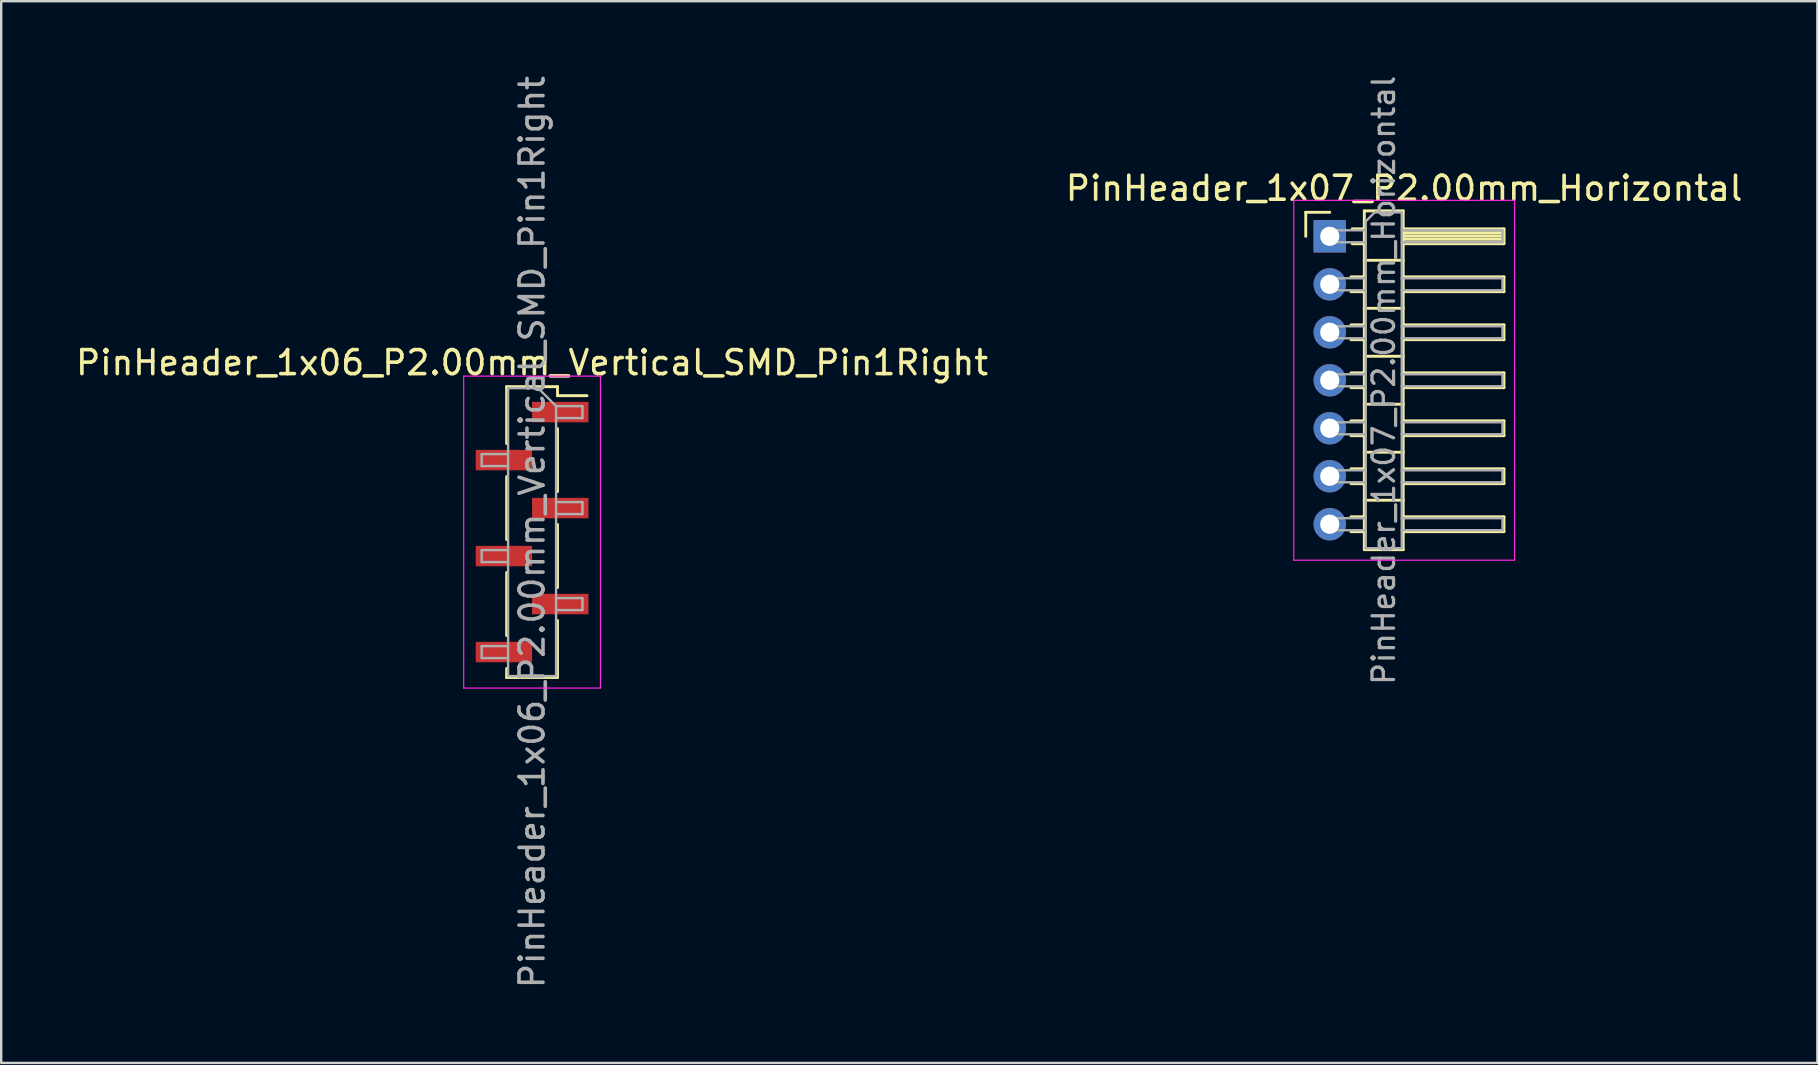
<source format=kicad_pcb>
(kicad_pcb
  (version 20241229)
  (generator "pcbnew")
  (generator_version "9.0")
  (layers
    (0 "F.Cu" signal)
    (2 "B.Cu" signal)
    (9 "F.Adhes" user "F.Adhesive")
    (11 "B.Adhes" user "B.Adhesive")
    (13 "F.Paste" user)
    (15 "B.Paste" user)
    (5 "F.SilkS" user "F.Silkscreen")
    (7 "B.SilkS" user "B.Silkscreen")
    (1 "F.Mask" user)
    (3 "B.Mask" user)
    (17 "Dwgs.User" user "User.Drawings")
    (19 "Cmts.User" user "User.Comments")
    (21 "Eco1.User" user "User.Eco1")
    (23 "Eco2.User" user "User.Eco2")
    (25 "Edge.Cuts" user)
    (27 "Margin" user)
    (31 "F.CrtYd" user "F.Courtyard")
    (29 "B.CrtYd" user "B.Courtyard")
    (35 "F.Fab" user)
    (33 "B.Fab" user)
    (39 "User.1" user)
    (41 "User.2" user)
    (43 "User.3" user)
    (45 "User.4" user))
  (footprint "PinHeader_1x06_P2.00mm_Vertical_SMD_Pin1Right"
    (layer "F.Cu")
    (at 19.125 19.125)
    (property "Reference" "PinHeader_1x06_P2.00mm_Vertical_SMD_Pin1Right" (at 0 -7.06 0) (layer "F.SilkS") (effects (font (size 1 1) (thickness 0.15))))
    (attr smd)
    (fp_line (start -1.06 -6.06) (end -1.06 -3.685) (stroke (width 0.12) (type solid)) (layer "F.SilkS"))
    (fp_line (start -1.06 -6.06) (end 1.06 -6.06) (stroke (width 0.12) (type solid)) (layer "F.SilkS"))
    (fp_line (start -1.06 -2.315) (end -1.06 0.315) (stroke (width 0.12) (type solid)) (layer "F.SilkS"))
    (fp_line (start -1.06 1.685) (end -1.06 4.315) (stroke (width 0.12) (type solid)) (layer "F.SilkS"))
    (fp_line (start -1.06 5.685) (end -1.06 6.06) (stroke (width 0.12) (type solid)) (layer "F.SilkS"))
    (fp_line (start -1.06 6.06) (end 1.06 6.06) (stroke (width 0.12) (type solid)) (layer "F.SilkS"))
    (fp_line (start 1.06 -6.06) (end 1.06 -5.685) (stroke (width 0.12) (type solid)) (layer "F.SilkS"))
    (fp_line (start 1.06 -5.685) (end 2.29 -5.685) (stroke (width 0.12) (type solid)) (layer "F.SilkS"))
    (fp_line (start 1.06 -4.315) (end 1.06 -1.685) (stroke (width 0.12) (type solid)) (layer "F.SilkS"))
    (fp_line (start 1.06 -0.315) (end 1.06 2.315) (stroke (width 0.12) (type solid)) (layer "F.SilkS"))
    (fp_line (start 1.06 3.685) (end 1.06 6.06) (stroke (width 0.12) (type solid)) (layer "F.SilkS"))
    (fp_line (start -2.85 -6.5) (end -2.85 6.5) (stroke (width 0.05) (type solid)) (layer "F.CrtYd"))
    (fp_line (start -2.85 6.5) (end 2.85 6.5) (stroke (width 0.05) (type solid)) (layer "F.CrtYd"))
    (fp_line (start 2.85 -6.5) (end -2.85 -6.5) (stroke (width 0.05) (type solid)) (layer "F.CrtYd"))
    (fp_line (start 2.85 6.5) (end 2.85 -6.5) (stroke (width 0.05) (type solid)) (layer "F.CrtYd"))
    (fp_line (start -2.1 -3.25) (end -2.1 -2.75) (stroke (width 0.1) (type solid)) (layer "F.Fab"))
    (fp_line (start -2.1 -2.75) (end -1 -2.75) (stroke (width 0.1) (type solid)) (layer "F.Fab"))
    (fp_line (start -2.1 0.75) (end -2.1 1.25) (stroke (width 0.1) (type solid)) (layer "F.Fab"))
    (fp_line (start -2.1 1.25) (end -1 1.25) (stroke (width 0.1) (type solid)) (layer "F.Fab"))
    (fp_line (start -2.1 4.75) (end -2.1 5.25) (stroke (width 0.1) (type solid)) (layer "F.Fab"))
    (fp_line (start -2.1 5.25) (end -1 5.25) (stroke (width 0.1) (type solid)) (layer "F.Fab"))
    (fp_line (start -1 -6) (end -1 6) (stroke (width 0.1) (type solid)) (layer "F.Fab"))
    (fp_line (start -1 -6) (end 0.25 -6) (stroke (width 0.1) (type solid)) (layer "F.Fab"))
    (fp_line (start -1 -3.25) (end -2.1 -3.25) (stroke (width 0.1) (type solid)) (layer "F.Fab"))
    (fp_line (start -1 0.75) (end -2.1 0.75) (stroke (width 0.1) (type solid)) (layer "F.Fab"))
    (fp_line (start -1 4.75) (end -2.1 4.75) (stroke (width 0.1) (type solid)) (layer "F.Fab"))
    (fp_line (start 1 -5.25) (end 0.25 -6) (stroke (width 0.1) (type solid)) (layer "F.Fab"))
    (fp_line (start 1 -5.25) (end 2.1 -5.25) (stroke (width 0.1) (type solid)) (layer "F.Fab"))
    (fp_line (start 1 -1.25) (end 2.1 -1.25) (stroke (width 0.1) (type solid)) (layer "F.Fab"))
    (fp_line (start 1 2.75) (end 2.1 2.75) (stroke (width 0.1) (type solid)) (layer "F.Fab"))
    (fp_line (start 1 6) (end -1 6) (stroke (width 0.1) (type solid)) (layer "F.Fab"))
    (fp_line (start 1 6) (end 1 -5.25) (stroke (width 0.1) (type solid)) (layer "F.Fab"))
    (fp_line (start 2.1 -5.25) (end 2.1 -4.75) (stroke (width 0.1) (type solid)) (layer "F.Fab"))
    (fp_line (start 2.1 -4.75) (end 1 -4.75) (stroke (width 0.1) (type solid)) (layer "F.Fab"))
    (fp_line (start 2.1 -1.25) (end 2.1 -0.75) (stroke (width 0.1) (type solid)) (layer "F.Fab"))
    (fp_line (start 2.1 -0.75) (end 1 -0.75) (stroke (width 0.1) (type solid)) (layer "F.Fab"))
    (fp_line (start 2.1 2.75) (end 2.1 3.25) (stroke (width 0.1) (type solid)) (layer "F.Fab"))
    (fp_line (start 2.1 3.25) (end 1 3.25) (stroke (width 0.1) (type solid)) (layer "F.Fab"))
    (fp_text user "${REFERENCE}" (at 0 0 90) (layer "F.Fab") (effects (font (size 1 1) (thickness 0.15))))
    (pad "1" smd rect (at 1.175 -5) (size 2.35 0.85) (layers "F.Cu" "F.Mask" "F.Paste"))
    (pad "2" smd rect (at -1.175 -3) (size 2.35 0.85) (layers "F.Cu" "F.Mask" "F.Paste"))
    (pad "3" smd rect (at 1.175 -1) (size 2.35 0.85) (layers "F.Cu" "F.Mask" "F.Paste"))
    (pad "4" smd rect (at -1.175 1) (size 2.35 0.85) (layers "F.Cu" "F.Mask" "F.Paste"))
    (pad "5" smd rect (at 1.175 3) (size 2.35 0.85) (layers "F.Cu" "F.Mask" "F.Paste"))
    (pad "6" smd rect (at -1.175 5) (size 2.35 0.85) (layers "F.Cu" "F.Mask" "F.Paste")))
  (footprint "PinHeader_1x07_P2.00mm_Horizontal"
    (layer "F.Cu")
    (at 52.37 6.798)
    (property "Reference" "PinHeader_1x07_P2.00mm_Horizontal" (at 3.1 -2 0) (layer "F.SilkS") (effects (font (size 1 1) (thickness 0.15))))
    (attr through_hole)
    (fp_line (start -1 -1) (end 0 -1) (stroke (width 0.12) (type solid)) (layer "F.SilkS"))
    (fp_line (start -1 0) (end -1 -1) (stroke (width 0.12) (type solid)) (layer "F.SilkS"))
    (fp_line (start 0.882 1.69) (end 1.44 1.69) (stroke (width 0.12) (type solid)) (layer "F.SilkS"))
    (fp_line (start 0.882 2.31) (end 1.44 2.31) (stroke (width 0.12) (type solid)) (layer "F.SilkS"))
    (fp_line (start 0.882 3.69) (end 1.44 3.69) (stroke (width 0.12) (type solid)) (layer "F.SilkS"))
    (fp_line (start 0.882 4.31) (end 1.44 4.31) (stroke (width 0.12) (type solid)) (layer "F.SilkS"))
    (fp_line (start 0.882 5.69) (end 1.44 5.69) (stroke (width 0.12) (type solid)) (layer "F.SilkS"))
    (fp_line (start 0.882 6.31) (end 1.44 6.31) (stroke (width 0.12) (type solid)) (layer "F.SilkS"))
    (fp_line (start 0.882 7.69) (end 1.44 7.69) (stroke (width 0.12) (type solid)) (layer "F.SilkS"))
    (fp_line (start 0.882 8.31) (end 1.44 8.31) (stroke (width 0.12) (type solid)) (layer "F.SilkS"))
    (fp_line (start 0.882 9.69) (end 1.44 9.69) (stroke (width 0.12) (type solid)) (layer "F.SilkS"))
    (fp_line (start 0.882 10.31) (end 1.44 10.31) (stroke (width 0.12) (type solid)) (layer "F.SilkS"))
    (fp_line (start 0.882 11.69) (end 1.44 11.69) (stroke (width 0.12) (type solid)) (layer "F.SilkS"))
    (fp_line (start 0.882 12.31) (end 1.44 12.31) (stroke (width 0.12) (type solid)) (layer "F.SilkS"))
    (fp_line (start 0.935 -0.31) (end 1.44 -0.31) (stroke (width 0.12) (type solid)) (layer "F.SilkS"))
    (fp_line (start 0.935 0.31) (end 1.44 0.31) (stroke (width 0.12) (type solid)) (layer "F.SilkS"))
    (fp_line (start 1.44 -1.06) (end 1.44 13.06) (stroke (width 0.12) (type solid)) (layer "F.SilkS"))
    (fp_line (start 1.44 1) (end 3.06 1) (stroke (width 0.12) (type solid)) (layer "F.SilkS"))
    (fp_line (start 1.44 3) (end 3.06 3) (stroke (width 0.12) (type solid)) (layer "F.SilkS"))
    (fp_line (start 1.44 5) (end 3.06 5) (stroke (width 0.12) (type solid)) (layer "F.SilkS"))
    (fp_line (start 1.44 7) (end 3.06 7) (stroke (width 0.12) (type solid)) (layer "F.SilkS"))
    (fp_line (start 1.44 9) (end 3.06 9) (stroke (width 0.12) (type solid)) (layer "F.SilkS"))
    (fp_line (start 1.44 11) (end 3.06 11) (stroke (width 0.12) (type solid)) (layer "F.SilkS"))
    (fp_line (start 1.44 13.06) (end 3.06 13.06) (stroke (width 0.12) (type solid)) (layer "F.SilkS"))
    (fp_line (start 3.06 -1.06) (end 1.44 -1.06) (stroke (width 0.12) (type solid)) (layer "F.SilkS"))
    (fp_line (start 3.06 -0.31) (end 7.26 -0.31) (stroke (width 0.12) (type solid)) (layer "F.SilkS"))
    (fp_line (start 3.06 -0.25) (end 7.26 -0.25) (stroke (width 0.12) (type solid)) (layer "F.SilkS"))
    (fp_line (start 3.06 -0.13) (end 7.26 -0.13) (stroke (width 0.12) (type solid)) (layer "F.SilkS"))
    (fp_line (start 3.06 -0.01) (end 7.26 -0.01) (stroke (width 0.12) (type solid)) (layer "F.SilkS"))
    (fp_line (start 3.06 0.11) (end 7.26 0.11) (stroke (width 0.12) (type solid)) (layer "F.SilkS"))
    (fp_line (start 3.06 0.23) (end 7.26 0.23) (stroke (width 0.12) (type solid)) (layer "F.SilkS"))
    (fp_line (start 3.06 1.69) (end 7.26 1.69) (stroke (width 0.12) (type solid)) (layer "F.SilkS"))
    (fp_line (start 3.06 3.69) (end 7.26 3.69) (stroke (width 0.12) (type solid)) (layer "F.SilkS"))
    (fp_line (start 3.06 5.69) (end 7.26 5.69) (stroke (width 0.12) (type solid)) (layer "F.SilkS"))
    (fp_line (start 3.06 7.69) (end 7.26 7.69) (stroke (width 0.12) (type solid)) (layer "F.SilkS"))
    (fp_line (start 3.06 9.69) (end 7.26 9.69) (stroke (width 0.12) (type solid)) (layer "F.SilkS"))
    (fp_line (start 3.06 11.69) (end 7.26 11.69) (stroke (width 0.12) (type solid)) (layer "F.SilkS"))
    (fp_line (start 3.06 13.06) (end 3.06 -1.06) (stroke (width 0.12) (type solid)) (layer "F.SilkS"))
    (fp_line (start 7.26 -0.31) (end 7.26 0.31) (stroke (width 0.12) (type solid)) (layer "F.SilkS"))
    (fp_line (start 7.26 0.31) (end 3.06 0.31) (stroke (width 0.12) (type solid)) (layer "F.SilkS"))
    (fp_line (start 7.26 1.69) (end 7.26 2.31) (stroke (width 0.12) (type solid)) (layer "F.SilkS"))
    (fp_line (start 7.26 2.31) (end 3.06 2.31) (stroke (width 0.12) (type solid)) (layer "F.SilkS"))
    (fp_line (start 7.26 3.69) (end 7.26 4.31) (stroke (width 0.12) (type solid)) (layer "F.SilkS"))
    (fp_line (start 7.26 4.31) (end 3.06 4.31) (stroke (width 0.12) (type solid)) (layer "F.SilkS"))
    (fp_line (start 7.26 5.69) (end 7.26 6.31) (stroke (width 0.12) (type solid)) (layer "F.SilkS"))
    (fp_line (start 7.26 6.31) (end 3.06 6.31) (stroke (width 0.12) (type solid)) (layer "F.SilkS"))
    (fp_line (start 7.26 7.69) (end 7.26 8.31) (stroke (width 0.12) (type solid)) (layer "F.SilkS"))
    (fp_line (start 7.26 8.31) (end 3.06 8.31) (stroke (width 0.12) (type solid)) (layer "F.SilkS"))
    (fp_line (start 7.26 9.69) (end 7.26 10.31) (stroke (width 0.12) (type solid)) (layer "F.SilkS"))
    (fp_line (start 7.26 10.31) (end 3.06 10.31) (stroke (width 0.12) (type solid)) (layer "F.SilkS"))
    (fp_line (start 7.26 11.69) (end 7.26 12.31) (stroke (width 0.12) (type solid)) (layer "F.SilkS"))
    (fp_line (start 7.26 12.31) (end 3.06 12.31) (stroke (width 0.12) (type solid)) (layer "F.SilkS"))
    (fp_line (start -1.5 -1.5) (end -1.5 13.5) (stroke (width 0.05) (type solid)) (layer "F.CrtYd"))
    (fp_line (start -1.5 13.5) (end 7.7 13.5) (stroke (width 0.05) (type solid)) (layer "F.CrtYd"))
    (fp_line (start 7.7 -1.5) (end -1.5 -1.5) (stroke (width 0.05) (type solid)) (layer "F.CrtYd"))
    (fp_line (start 7.7 13.5) (end 7.7 -1.5) (stroke (width 0.05) (type solid)) (layer "F.CrtYd"))
    (fp_line (start -0.25 -0.25) (end -0.25 0.25) (stroke (width 0.1) (type solid)) (layer "F.Fab"))
    (fp_line (start -0.25 -0.25) (end 1.5 -0.25) (stroke (width 0.1) (type solid)) (layer "F.Fab"))
    (fp_line (start -0.25 0.25) (end 1.5 0.25) (stroke (width 0.1) (type solid)) (layer "F.Fab"))
    (fp_line (start -0.25 1.75) (end -0.25 2.25) (stroke (width 0.1) (type solid)) (layer "F.Fab"))
    (fp_line (start -0.25 1.75) (end 1.5 1.75) (stroke (width 0.1) (type solid)) (layer "F.Fab"))
    (fp_line (start -0.25 2.25) (end 1.5 2.25) (stroke (width 0.1) (type solid)) (layer "F.Fab"))
    (fp_line (start -0.25 3.75) (end -0.25 4.25) (stroke (width 0.1) (type solid)) (layer "F.Fab"))
    (fp_line (start -0.25 3.75) (end 1.5 3.75) (stroke (width 0.1) (type solid)) (layer "F.Fab"))
    (fp_line (start -0.25 4.25) (end 1.5 4.25) (stroke (width 0.1) (type solid)) (layer "F.Fab"))
    (fp_line (start -0.25 5.75) (end -0.25 6.25) (stroke (width 0.1) (type solid)) (layer "F.Fab"))
    (fp_line (start -0.25 5.75) (end 1.5 5.75) (stroke (width 0.1) (type solid)) (layer "F.Fab"))
    (fp_line (start -0.25 6.25) (end 1.5 6.25) (stroke (width 0.1) (type solid)) (layer "F.Fab"))
    (fp_line (start -0.25 7.75) (end -0.25 8.25) (stroke (width 0.1) (type solid)) (layer "F.Fab"))
    (fp_line (start -0.25 7.75) (end 1.5 7.75) (stroke (width 0.1) (type solid)) (layer "F.Fab"))
    (fp_line (start -0.25 8.25) (end 1.5 8.25) (stroke (width 0.1) (type solid)) (layer "F.Fab"))
    (fp_line (start -0.25 9.75) (end -0.25 10.25) (stroke (width 0.1) (type solid)) (layer "F.Fab"))
    (fp_line (start -0.25 9.75) (end 1.5 9.75) (stroke (width 0.1) (type solid)) (layer "F.Fab"))
    (fp_line (start -0.25 10.25) (end 1.5 10.25) (stroke (width 0.1) (type solid)) (layer "F.Fab"))
    (fp_line (start -0.25 11.75) (end -0.25 12.25) (stroke (width 0.1) (type solid)) (layer "F.Fab"))
    (fp_line (start -0.25 11.75) (end 1.5 11.75) (stroke (width 0.1) (type solid)) (layer "F.Fab"))
    (fp_line (start -0.25 12.25) (end 1.5 12.25) (stroke (width 0.1) (type solid)) (layer "F.Fab"))
    (fp_line (start 1.5 -0.625) (end 1.875 -1) (stroke (width 0.1) (type solid)) (layer "F.Fab"))
    (fp_line (start 1.5 13) (end 1.5 -0.625) (stroke (width 0.1) (type solid)) (layer "F.Fab"))
    (fp_line (start 1.875 -1) (end 3 -1) (stroke (width 0.1) (type solid)) (layer "F.Fab"))
    (fp_line (start 3 -1) (end 3 13) (stroke (width 0.1) (type solid)) (layer "F.Fab"))
    (fp_line (start 3 -0.25) (end 7.2 -0.25) (stroke (width 0.1) (type solid)) (layer "F.Fab"))
    (fp_line (start 3 0.25) (end 7.2 0.25) (stroke (width 0.1) (type solid)) (layer "F.Fab"))
    (fp_line (start 3 1.75) (end 7.2 1.75) (stroke (width 0.1) (type solid)) (layer "F.Fab"))
    (fp_line (start 3 2.25) (end 7.2 2.25) (stroke (width 0.1) (type solid)) (layer "F.Fab"))
    (fp_line (start 3 3.75) (end 7.2 3.75) (stroke (width 0.1) (type solid)) (layer "F.Fab"))
    (fp_line (start 3 4.25) (end 7.2 4.25) (stroke (width 0.1) (type solid)) (layer "F.Fab"))
    (fp_line (start 3 5.75) (end 7.2 5.75) (stroke (width 0.1) (type solid)) (layer "F.Fab"))
    (fp_line (start 3 6.25) (end 7.2 6.25) (stroke (width 0.1) (type solid)) (layer "F.Fab"))
    (fp_line (start 3 7.75) (end 7.2 7.75) (stroke (width 0.1) (type solid)) (layer "F.Fab"))
    (fp_line (start 3 8.25) (end 7.2 8.25) (stroke (width 0.1) (type solid)) (layer "F.Fab"))
    (fp_line (start 3 9.75) (end 7.2 9.75) (stroke (width 0.1) (type solid)) (layer "F.Fab"))
    (fp_line (start 3 10.25) (end 7.2 10.25) (stroke (width 0.1) (type solid)) (layer "F.Fab"))
    (fp_line (start 3 11.75) (end 7.2 11.75) (stroke (width 0.1) (type solid)) (layer "F.Fab"))
    (fp_line (start 3 12.25) (end 7.2 12.25) (stroke (width 0.1) (type solid)) (layer "F.Fab"))
    (fp_line (start 3 13) (end 1.5 13) (stroke (width 0.1) (type solid)) (layer "F.Fab"))
    (fp_line (start 7.2 -0.25) (end 7.2 0.25) (stroke (width 0.1) (type solid)) (layer "F.Fab"))
    (fp_line (start 7.2 1.75) (end 7.2 2.25) (stroke (width 0.1) (type solid)) (layer "F.Fab"))
    (fp_line (start 7.2 3.75) (end 7.2 4.25) (stroke (width 0.1) (type solid)) (layer "F.Fab"))
    (fp_line (start 7.2 5.75) (end 7.2 6.25) (stroke (width 0.1) (type solid)) (layer "F.Fab"))
    (fp_line (start 7.2 7.75) (end 7.2 8.25) (stroke (width 0.1) (type solid)) (layer "F.Fab"))
    (fp_line (start 7.2 9.75) (end 7.2 10.25) (stroke (width 0.1) (type solid)) (layer "F.Fab"))
    (fp_line (start 7.2 11.75) (end 7.2 12.25) (stroke (width 0.1) (type solid)) (layer "F.Fab"))
    (fp_text user "${REFERENCE}" (at 2.25 6 90) (layer "F.Fab") (effects (font (size 0.9 0.9) (thickness 0.135))))
    (pad "1" thru_hole rect (at 0 0) (size 1.35 1.35) (drill 0.8) (layers "*.Cu" "*.Mask"))
    (pad "2" thru_hole oval (at 0 2) (size 1.35 1.35) (drill 0.8) (layers "*.Cu" "*.Mask"))
    (pad "3" thru_hole oval (at 0 4) (size 1.35 1.35) (drill 0.8) (layers "*.Cu" "*.Mask"))
    (pad "4" thru_hole oval (at 0 6) (size 1.35 1.35) (drill 0.8) (layers "*.Cu" "*.Mask"))
    (pad "5" thru_hole oval (at 0 8) (size 1.35 1.35) (drill 0.8) (layers "*.Cu" "*.Mask"))
    (pad "6" thru_hole oval (at 0 10) (size 1.35 1.35) (drill 0.8) (layers "*.Cu" "*.Mask"))
    (pad "7" thru_hole oval (at 0 12) (size 1.35 1.35) (drill 0.8) (layers "*.Cu" "*.Mask")))
  (gr_rect
    (start -3 -3)
    (end 72.69 41.25)
    (stroke (width 0.1) (type default))
    (fill no)
    (layer "Edge.Cuts")))
</source>
